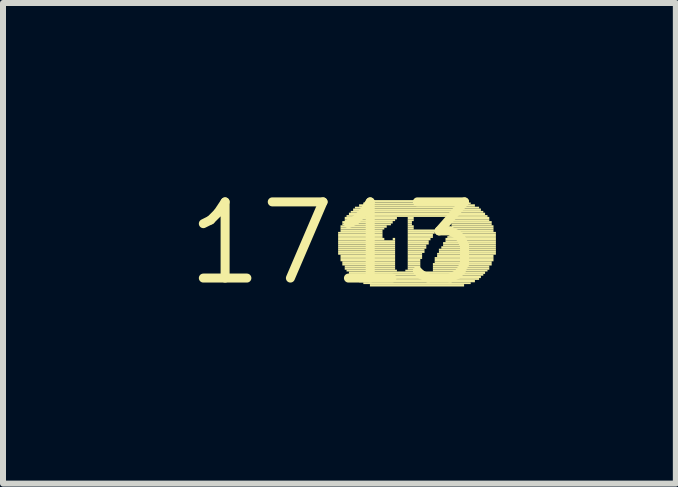
<source format=kicad_pcb>
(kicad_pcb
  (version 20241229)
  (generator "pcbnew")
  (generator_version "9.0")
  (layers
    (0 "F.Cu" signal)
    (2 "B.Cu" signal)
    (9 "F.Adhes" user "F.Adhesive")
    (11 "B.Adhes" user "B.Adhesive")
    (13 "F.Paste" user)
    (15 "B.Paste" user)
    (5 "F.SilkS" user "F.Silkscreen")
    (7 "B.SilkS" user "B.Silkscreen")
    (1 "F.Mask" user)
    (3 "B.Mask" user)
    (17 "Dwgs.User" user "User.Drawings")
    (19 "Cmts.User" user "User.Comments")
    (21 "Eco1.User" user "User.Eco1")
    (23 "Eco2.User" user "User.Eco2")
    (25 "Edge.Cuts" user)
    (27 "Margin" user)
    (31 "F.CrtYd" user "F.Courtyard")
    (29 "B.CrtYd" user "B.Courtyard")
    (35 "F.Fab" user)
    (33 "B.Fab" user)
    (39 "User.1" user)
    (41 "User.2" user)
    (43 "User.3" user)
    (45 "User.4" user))
  (footprint "1713"
    (layer "F.Cu")
    (at 2.517 1.006)
    (property "Reference" "1713" (at 0 0 0) (layer "F.SilkS") (effects (font (size 1.27 1.27) (thickness 0.15))))
    (fp_poly (pts (xy 0.07 -0.16) (xy 0.81 -0.16) (xy 0.81 -0.19) (xy 0.07 -0.19)) (stroke (width 0) (type solid)) (fill yes) (layer "F.SilkS"))
    (fp_poly (pts (xy 0.07 -0.12) (xy 0.81 -0.12) (xy 0.81 -0.16) (xy 0.07 -0.16)) (stroke (width 0) (type solid)) (fill yes) (layer "F.SilkS"))
    (fp_poly (pts (xy 0.07 -0.09) (xy 0.81 -0.09) (xy 0.81 -0.12) (xy 0.07 -0.12)) (stroke (width 0) (type solid)) (fill yes) (layer "F.SilkS"))
    (fp_poly (pts (xy 0.07 -0.05) (xy 0.84 -0.05) (xy 0.84 -0.09) (xy 0.07 -0.09)) (stroke (width 0) (type solid)) (fill yes) (layer "F.SilkS"))
    (fp_poly (pts (xy 0.07 -0.02) (xy 1.02 -0.02) (xy 1.02 -0.05) (xy 0.07 -0.05)) (stroke (width 0) (type solid)) (fill yes) (layer "F.SilkS"))
    (fp_poly (pts (xy 0.07 0.02) (xy 1.02 0.02) (xy 1.02 -0.02) (xy 0.07 -0.02)) (stroke (width 0) (type solid)) (fill yes) (layer "F.SilkS"))
    (fp_poly (pts (xy 0.07 0.05) (xy 1.02 0.05) (xy 1.02 0.02) (xy 0.07 0.02)) (stroke (width 0) (type solid)) (fill yes) (layer "F.SilkS"))
    (fp_poly (pts (xy 0.07 0.09) (xy 1.02 0.09) (xy 1.02 0.05) (xy 0.07 0.05)) (stroke (width 0) (type solid)) (fill yes) (layer "F.SilkS"))
    (fp_poly (pts (xy 0.07 0.12) (xy 1.02 0.12) (xy 1.02 0.09) (xy 0.07 0.09)) (stroke (width 0) (type solid)) (fill yes) (layer "F.SilkS"))
    (fp_poly (pts (xy 0.07 0.16) (xy 1.02 0.16) (xy 1.02 0.12) (xy 0.07 0.12)) (stroke (width 0) (type solid)) (fill yes) (layer "F.SilkS"))
    (fp_poly (pts (xy 0.07 0.19) (xy 1.02 0.19) (xy 1.02 0.16) (xy 0.07 0.16)) (stroke (width 0) (type solid)) (fill yes) (layer "F.SilkS"))
    (fp_poly (pts (xy 0.11 -0.26) (xy 0.88 -0.26) (xy 0.88 -0.3) (xy 0.11 -0.3)) (stroke (width 0) (type solid)) (fill yes) (layer "F.SilkS"))
    (fp_poly (pts (xy 0.11 -0.23) (xy 0.84 -0.23) (xy 0.84 -0.26) (xy 0.11 -0.26)) (stroke (width 0) (type solid)) (fill yes) (layer "F.SilkS"))
    (fp_poly (pts (xy 0.11 -0.19) (xy 0.81 -0.19) (xy 0.81 -0.23) (xy 0.11 -0.23)) (stroke (width 0) (type solid)) (fill yes) (layer "F.SilkS"))
    (fp_poly (pts (xy 0.11 0.23) (xy 1.02 0.23) (xy 1.02 0.19) (xy 0.11 0.19)) (stroke (width 0) (type solid)) (fill yes) (layer "F.SilkS"))
    (fp_poly (pts (xy 0.11 0.26) (xy 1.02 0.26) (xy 1.02 0.23) (xy 0.11 0.23)) (stroke (width 0) (type solid)) (fill yes) (layer "F.SilkS"))
    (fp_poly (pts (xy 0.11 0.3) (xy 1.02 0.3) (xy 1.02 0.26) (xy 0.11 0.26)) (stroke (width 0) (type solid)) (fill yes) (layer "F.SilkS"))
    (fp_poly (pts (xy 0.14 -0.33) (xy 0.98 -0.33) (xy 0.98 -0.37) (xy 0.14 -0.37)) (stroke (width 0) (type solid)) (fill yes) (layer "F.SilkS"))
    (fp_poly (pts (xy 0.14 -0.3) (xy 0.95 -0.3) (xy 0.95 -0.33) (xy 0.14 -0.33)) (stroke (width 0) (type solid)) (fill yes) (layer "F.SilkS"))
    (fp_poly (pts (xy 0.14 0.33) (xy 1.02 0.33) (xy 1.02 0.3) (xy 0.14 0.3)) (stroke (width 0) (type solid)) (fill yes) (layer "F.SilkS"))
    (fp_poly (pts (xy 0.14 0.37) (xy 1.02 0.37) (xy 1.02 0.33) (xy 0.14 0.33)) (stroke (width 0) (type solid)) (fill yes) (layer "F.SilkS"))
    (fp_poly (pts (xy 0.18 -0.4) (xy 1.05 -0.4) (xy 1.05 -0.44) (xy 0.18 -0.44)) (stroke (width 0) (type solid)) (fill yes) (layer "F.SilkS"))
    (fp_poly (pts (xy 0.18 -0.37) (xy 1.02 -0.37) (xy 1.02 -0.4) (xy 0.18 -0.4)) (stroke (width 0) (type solid)) (fill yes) (layer "F.SilkS"))
    (fp_poly (pts (xy 0.18 0.4) (xy 1.02 0.4) (xy 1.02 0.37) (xy 0.18 0.37)) (stroke (width 0) (type solid)) (fill yes) (layer "F.SilkS"))
    (fp_poly (pts (xy 0.18 0.44) (xy 1.02 0.44) (xy 1.02 0.4) (xy 0.18 0.4)) (stroke (width 0) (type solid)) (fill yes) (layer "F.SilkS"))
    (fp_poly (pts (xy 0.21 -0.44) (xy 2.56 -0.44) (xy 2.56 -0.47) (xy 0.21 -0.47)) (stroke (width 0) (type solid)) (fill yes) (layer "F.SilkS"))
    (fp_poly (pts (xy 0.21 0.47) (xy 1.05 0.47) (xy 1.05 0.44) (xy 0.21 0.44)) (stroke (width 0) (type solid)) (fill yes) (layer "F.SilkS"))
    (fp_poly (pts (xy 0.25 -0.47) (xy 2.52 -0.47) (xy 2.52 -0.51) (xy 0.25 -0.51)) (stroke (width 0) (type solid)) (fill yes) (layer "F.SilkS"))
    (fp_poly (pts (xy 0.25 0.51) (xy 2.52 0.51) (xy 2.52 0.47) (xy 0.25 0.47)) (stroke (width 0) (type solid)) (fill yes) (layer "F.SilkS"))
    (fp_poly (pts (xy 0.28 -0.51) (xy 2.49 -0.51) (xy 2.49 -0.54) (xy 0.28 -0.54)) (stroke (width 0) (type solid)) (fill yes) (layer "F.SilkS"))
    (fp_poly (pts (xy 0.28 0.54) (xy 2.49 0.54) (xy 2.49 0.51) (xy 0.28 0.51)) (stroke (width 0) (type solid)) (fill yes) (layer "F.SilkS"))
    (fp_poly (pts (xy 0.32 -0.54) (xy 2.45 -0.54) (xy 2.45 -0.58) (xy 0.32 -0.58)) (stroke (width 0) (type solid)) (fill yes) (layer "F.SilkS"))
    (fp_poly (pts (xy 0.32 0.58) (xy 2.45 0.58) (xy 2.45 0.54) (xy 0.32 0.54)) (stroke (width 0) (type solid)) (fill yes) (layer "F.SilkS"))
    (fp_poly (pts (xy 0.35 -0.58) (xy 2.42 -0.58) (xy 2.42 -0.61) (xy 0.35 -0.61)) (stroke (width 0) (type solid)) (fill yes) (layer "F.SilkS"))
    (fp_poly (pts (xy 0.35 0.61) (xy 2.42 0.61) (xy 2.42 0.58) (xy 0.35 0.58)) (stroke (width 0) (type solid)) (fill yes) (layer "F.SilkS"))
    (fp_poly (pts (xy 0.42 -0.61) (xy 2.35 -0.61) (xy 2.35 -0.65) (xy 0.42 -0.65)) (stroke (width 0) (type solid)) (fill yes) (layer "F.SilkS"))
    (fp_poly (pts (xy 0.42 0.65) (xy 2.35 0.65) (xy 2.35 0.61) (xy 0.42 0.61)) (stroke (width 0) (type solid)) (fill yes) (layer "F.SilkS"))
    (fp_poly (pts (xy 0.49 -0.65) (xy 2.28 -0.65) (xy 2.28 -0.68) (xy 0.49 -0.68)) (stroke (width 0) (type solid)) (fill yes) (layer "F.SilkS"))
    (fp_poly (pts (xy 0.49 0.68) (xy 2.28 0.68) (xy 2.28 0.65) (xy 0.49 0.65)) (stroke (width 0) (type solid)) (fill yes) (layer "F.SilkS"))
    (fp_poly (pts (xy 0.6 -0.68) (xy 2.17 -0.68) (xy 2.17 -0.72) (xy 0.6 -0.72)) (stroke (width 0) (type solid)) (fill yes) (layer "F.SilkS"))
    (fp_poly (pts (xy 0.6 0.72) (xy 2.17 0.72) (xy 2.17 0.68) (xy 0.6 0.68)) (stroke (width 0) (type solid)) (fill yes) (layer "F.SilkS"))
    (fp_poly (pts (xy 0.98 -0.05) (xy 1.02 -0.05) (xy 1.02 -0.09) (xy 0.98 -0.09)) (stroke (width 0) (type solid)) (fill yes) (layer "F.SilkS"))
    (fp_poly (pts (xy 1.19 0.47) (xy 1.47 0.47) (xy 1.47 0.44) (xy 1.19 0.44)) (stroke (width 0) (type solid)) (fill yes) (layer "F.SilkS"))
    (fp_poly (pts (xy 1.23 -0.4) (xy 1.33 -0.4) (xy 1.33 -0.44) (xy 1.23 -0.44)) (stroke (width 0) (type solid)) (fill yes) (layer "F.SilkS"))
    (fp_poly (pts (xy 1.23 -0.37) (xy 1.33 -0.37) (xy 1.33 -0.4) (xy 1.23 -0.4)) (stroke (width 0) (type solid)) (fill yes) (layer "F.SilkS"))
    (fp_poly (pts (xy 1.23 -0.33) (xy 1.3 -0.33) (xy 1.3 -0.37) (xy 1.23 -0.37)) (stroke (width 0) (type solid)) (fill yes) (layer "F.SilkS"))
    (fp_poly (pts (xy 1.23 -0.3) (xy 1.3 -0.3) (xy 1.3 -0.33) (xy 1.23 -0.33)) (stroke (width 0) (type solid)) (fill yes) (layer "F.SilkS"))
    (fp_poly (pts (xy 1.23 -0.26) (xy 1.33 -0.26) (xy 1.33 -0.3) (xy 1.23 -0.3)) (stroke (width 0) (type solid)) (fill yes) (layer "F.SilkS"))
    (fp_poly (pts (xy 1.23 -0.23) (xy 1.33 -0.23) (xy 1.33 -0.26) (xy 1.23 -0.26)) (stroke (width 0) (type solid)) (fill yes) (layer "F.SilkS"))
    (fp_poly (pts (xy 1.23 -0.19) (xy 1.72 -0.19) (xy 1.72 -0.23) (xy 1.23 -0.23)) (stroke (width 0) (type solid)) (fill yes) (layer "F.SilkS"))
    (fp_poly (pts (xy 1.23 -0.16) (xy 1.68 -0.16) (xy 1.68 -0.19) (xy 1.23 -0.19)) (stroke (width 0) (type solid)) (fill yes) (layer "F.SilkS"))
    (fp_poly (pts (xy 1.23 -0.12) (xy 1.65 -0.12) (xy 1.65 -0.16) (xy 1.23 -0.16)) (stroke (width 0) (type solid)) (fill yes) (layer "F.SilkS"))
    (fp_poly (pts (xy 1.23 -0.09) (xy 1.65 -0.09) (xy 1.65 -0.12) (xy 1.23 -0.12)) (stroke (width 0) (type solid)) (fill yes) (layer "F.SilkS"))
    (fp_poly (pts (xy 1.23 -0.05) (xy 1.61 -0.05) (xy 1.61 -0.09) (xy 1.23 -0.09)) (stroke (width 0) (type solid)) (fill yes) (layer "F.SilkS"))
    (fp_poly (pts (xy 1.23 -0.02) (xy 1.58 -0.02) (xy 1.58 -0.05) (xy 1.23 -0.05)) (stroke (width 0) (type solid)) (fill yes) (layer "F.SilkS"))
    (fp_poly (pts (xy 1.23 0.02) (xy 1.58 0.02) (xy 1.58 -0.02) (xy 1.23 -0.02)) (stroke (width 0) (type solid)) (fill yes) (layer "F.SilkS"))
    (fp_poly (pts (xy 1.23 0.05) (xy 1.54 0.05) (xy 1.54 0.02) (xy 1.23 0.02)) (stroke (width 0) (type solid)) (fill yes) (layer "F.SilkS"))
    (fp_poly (pts (xy 1.23 0.09) (xy 1.54 0.09) (xy 1.54 0.05) (xy 1.23 0.05)) (stroke (width 0) (type solid)) (fill yes) (layer "F.SilkS"))
    (fp_poly (pts (xy 1.23 0.12) (xy 1.51 0.12) (xy 1.51 0.09) (xy 1.23 0.09)) (stroke (width 0) (type solid)) (fill yes) (layer "F.SilkS"))
    (fp_poly (pts (xy 1.23 0.16) (xy 1.51 0.16) (xy 1.51 0.12) (xy 1.23 0.12)) (stroke (width 0) (type solid)) (fill yes) (layer "F.SilkS"))
    (fp_poly (pts (xy 1.23 0.19) (xy 1.47 0.19) (xy 1.47 0.16) (xy 1.23 0.16)) (stroke (width 0) (type solid)) (fill yes) (layer "F.SilkS"))
    (fp_poly (pts (xy 1.23 0.23) (xy 1.47 0.23) (xy 1.47 0.19) (xy 1.23 0.19)) (stroke (width 0) (type solid)) (fill yes) (layer "F.SilkS"))
    (fp_poly (pts (xy 1.23 0.26) (xy 1.47 0.26) (xy 1.47 0.23) (xy 1.23 0.23)) (stroke (width 0) (type solid)) (fill yes) (layer "F.SilkS"))
    (fp_poly (pts (xy 1.23 0.3) (xy 1.44 0.3) (xy 1.44 0.26) (xy 1.23 0.26)) (stroke (width 0) (type solid)) (fill yes) (layer "F.SilkS"))
    (fp_poly (pts (xy 1.23 0.33) (xy 1.44 0.33) (xy 1.44 0.3) (xy 1.23 0.3)) (stroke (width 0) (type solid)) (fill yes) (layer "F.SilkS"))
    (fp_poly (pts (xy 1.23 0.37) (xy 1.44 0.37) (xy 1.44 0.33) (xy 1.23 0.33)) (stroke (width 0) (type solid)) (fill yes) (layer "F.SilkS"))
    (fp_poly (pts (xy 1.23 0.4) (xy 1.44 0.4) (xy 1.44 0.37) (xy 1.23 0.37)) (stroke (width 0) (type solid)) (fill yes) (layer "F.SilkS"))
    (fp_poly (pts (xy 1.23 0.44) (xy 1.44 0.44) (xy 1.44 0.4) (xy 1.23 0.4)) (stroke (width 0) (type solid)) (fill yes) (layer "F.SilkS"))
    (fp_poly (pts (xy 1.65 0.37) (xy 2.63 0.37) (xy 2.63 0.33) (xy 1.65 0.33)) (stroke (width 0) (type solid)) (fill yes) (layer "F.SilkS"))
    (fp_poly (pts (xy 1.65 0.4) (xy 2.59 0.4) (xy 2.59 0.37) (xy 1.65 0.37)) (stroke (width 0) (type solid)) (fill yes) (layer "F.SilkS"))
    (fp_poly (pts (xy 1.65 0.44) (xy 2.59 0.44) (xy 2.59 0.4) (xy 1.65 0.4)) (stroke (width 0) (type solid)) (fill yes) (layer "F.SilkS"))
    (fp_poly (pts (xy 1.65 0.47) (xy 2.56 0.47) (xy 2.56 0.44) (xy 1.65 0.44)) (stroke (width 0) (type solid)) (fill yes) (layer "F.SilkS"))
    (fp_poly (pts (xy 1.68 0.26) (xy 2.66 0.26) (xy 2.66 0.23) (xy 1.68 0.23)) (stroke (width 0) (type solid)) (fill yes) (layer "F.SilkS"))
    (fp_poly (pts (xy 1.68 0.3) (xy 2.66 0.3) (xy 2.66 0.26) (xy 1.68 0.26)) (stroke (width 0) (type solid)) (fill yes) (layer "F.SilkS"))
    (fp_poly (pts (xy 1.68 0.33) (xy 2.63 0.33) (xy 2.63 0.3) (xy 1.68 0.3)) (stroke (width 0) (type solid)) (fill yes) (layer "F.SilkS"))
    (fp_poly (pts (xy 1.72 0.19) (xy 2.7 0.19) (xy 2.7 0.16) (xy 1.72 0.16)) (stroke (width 0) (type solid)) (fill yes) (layer "F.SilkS"))
    (fp_poly (pts (xy 1.72 0.23) (xy 2.66 0.23) (xy 2.66 0.19) (xy 1.72 0.19)) (stroke (width 0) (type solid)) (fill yes) (layer "F.SilkS"))
    (fp_poly (pts (xy 1.75 0.12) (xy 2.7 0.12) (xy 2.7 0.09) (xy 1.75 0.09)) (stroke (width 0) (type solid)) (fill yes) (layer "F.SilkS"))
    (fp_poly (pts (xy 1.75 0.16) (xy 2.7 0.16) (xy 2.7 0.12) (xy 1.75 0.12)) (stroke (width 0) (type solid)) (fill yes) (layer "F.SilkS"))
    (fp_poly (pts (xy 1.79 0.09) (xy 2.7 0.09) (xy 2.7 0.05) (xy 1.79 0.05)) (stroke (width 0) (type solid)) (fill yes) (layer "F.SilkS"))
    (fp_poly (pts (xy 1.82 0.02) (xy 2.7 0.02) (xy 2.7 -0.02) (xy 1.82 -0.02)) (stroke (width 0) (type solid)) (fill yes) (layer "F.SilkS"))
    (fp_poly (pts (xy 1.82 0.05) (xy 2.7 0.05) (xy 2.7 0.02) (xy 1.82 0.02)) (stroke (width 0) (type solid)) (fill yes) (layer "F.SilkS"))
    (fp_poly (pts (xy 1.86 -0.05) (xy 2.7 -0.05) (xy 2.7 -0.09) (xy 1.86 -0.09)) (stroke (width 0) (type solid)) (fill yes) (layer "F.SilkS"))
    (fp_poly (pts (xy 1.86 -0.02) (xy 2.7 -0.02) (xy 2.7 -0.05) (xy 1.86 -0.05)) (stroke (width 0) (type solid)) (fill yes) (layer "F.SilkS"))
    (fp_poly (pts (xy 1.89 -0.09) (xy 2.7 -0.09) (xy 2.7 -0.12) (xy 1.89 -0.12)) (stroke (width 0) (type solid)) (fill yes) (layer "F.SilkS"))
    (fp_poly (pts (xy 1.93 -0.16) (xy 2.7 -0.16) (xy 2.7 -0.19) (xy 1.93 -0.19)) (stroke (width 0) (type solid)) (fill yes) (layer "F.SilkS"))
    (fp_poly (pts (xy 1.93 -0.12) (xy 2.7 -0.12) (xy 2.7 -0.16) (xy 1.93 -0.16)) (stroke (width 0) (type solid)) (fill yes) (layer "F.SilkS"))
    (fp_poly (pts (xy 1.96 -0.4) (xy 2.59 -0.4) (xy 2.59 -0.44) (xy 1.96 -0.44)) (stroke (width 0) (type solid)) (fill yes) (layer "F.SilkS"))
    (fp_poly (pts (xy 1.96 -0.37) (xy 2.59 -0.37) (xy 2.59 -0.4) (xy 1.96 -0.4)) (stroke (width 0) (type solid)) (fill yes) (layer "F.SilkS"))
    (fp_poly (pts (xy 1.96 -0.33) (xy 2.63 -0.33) (xy 2.63 -0.37) (xy 1.96 -0.37)) (stroke (width 0) (type solid)) (fill yes) (layer "F.SilkS"))
    (fp_poly (pts (xy 1.96 -0.3) (xy 2.63 -0.3) (xy 2.63 -0.33) (xy 1.96 -0.33)) (stroke (width 0) (type solid)) (fill yes) (layer "F.SilkS"))
    (fp_poly (pts (xy 1.96 -0.26) (xy 2.66 -0.26) (xy 2.66 -0.3) (xy 1.96 -0.3)) (stroke (width 0) (type solid)) (fill yes) (layer "F.SilkS"))
    (fp_poly (pts (xy 1.96 -0.23) (xy 2.66 -0.23) (xy 2.66 -0.26) (xy 1.96 -0.26)) (stroke (width 0) (type solid)) (fill yes) (layer "F.SilkS"))
    (fp_poly (pts (xy 1.96 -0.19) (xy 2.66 -0.19) (xy 2.66 -0.23) (xy 1.96 -0.23)) (stroke (width 0) (type solid)) (fill yes) (layer "F.SilkS")))
  (gr_rect
    (start -3 -3)
    (end 8.217 5.012)
    (stroke (width 0.1) (type default))
    (fill no)
    (layer "Edge.Cuts")))
</source>
